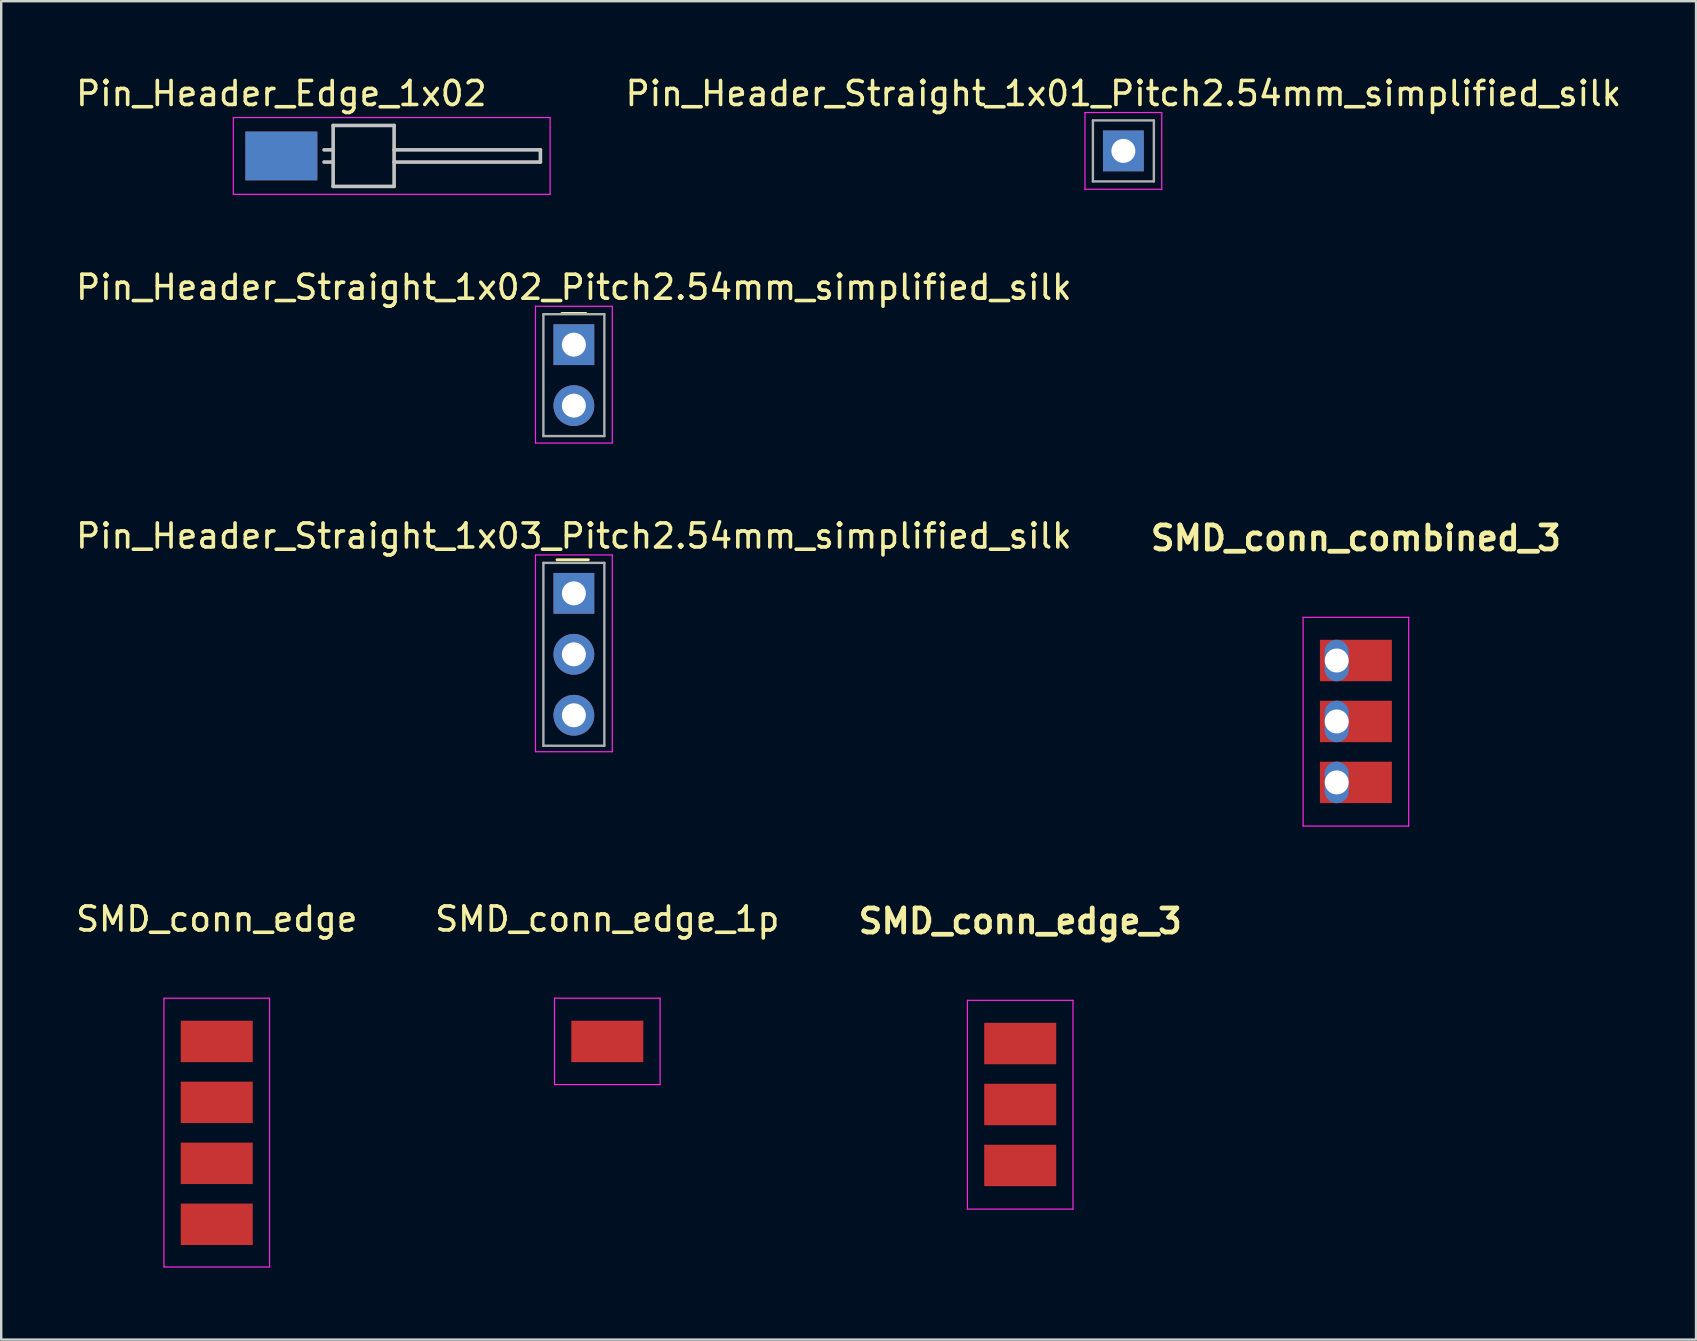
<source format=kicad_pcb>
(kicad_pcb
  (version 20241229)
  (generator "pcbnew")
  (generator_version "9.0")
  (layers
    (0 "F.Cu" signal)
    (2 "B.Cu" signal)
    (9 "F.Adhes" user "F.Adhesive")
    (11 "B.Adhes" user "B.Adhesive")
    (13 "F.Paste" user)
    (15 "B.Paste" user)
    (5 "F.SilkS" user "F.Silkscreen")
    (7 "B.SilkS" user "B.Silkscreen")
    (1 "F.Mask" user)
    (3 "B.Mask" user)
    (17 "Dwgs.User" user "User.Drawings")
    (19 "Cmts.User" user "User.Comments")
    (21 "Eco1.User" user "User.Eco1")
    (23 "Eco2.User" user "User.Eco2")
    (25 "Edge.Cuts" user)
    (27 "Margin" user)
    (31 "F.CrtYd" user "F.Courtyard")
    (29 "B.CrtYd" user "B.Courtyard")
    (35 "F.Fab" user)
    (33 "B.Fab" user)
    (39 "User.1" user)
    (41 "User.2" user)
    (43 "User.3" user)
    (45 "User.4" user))
  (footprint "SMD_conn_edge_1p"
    (layer "F.Cu")
    (at 22.256 40.346)
    (property "Reference" "SMD_conn_edge_1p" (at 0 -5.1 0) (layer "F.SilkS") (effects (font (size 1 1) (thickness 0.15))))
    (attr through_hole)
    (fp_line (start -2.2 -1.8) (end -2.2 1.8) (stroke (width 0.05) (type solid)) (layer "F.CrtYd"))
    (fp_line (start -2.2 -1.8) (end 2.2 -1.8) (stroke (width 0.05) (type solid)) (layer "F.CrtYd"))
    (fp_line (start -2.2 1.8) (end 2.2 1.8) (stroke (width 0.05) (type solid)) (layer "F.CrtYd"))
    (fp_line (start 2.2 -1.8) (end 2.2 1.8) (stroke (width 0.05) (type solid)) (layer "F.CrtYd"))
    (pad "1" smd rect (at 0 0) (size 3 1.727) (layers "F.Cu" "F.Mask" "F.Paste")))
  (footprint "Pin_Header_Straight_1x02_Pitch2.54mm_simplified_silk"
    (layer "F.Cu")
    (at 20.863 11.312)
    (property "Reference" "Pin_Header_Straight_1x02_Pitch2.54mm_simplified_silk" (at 0 -2.39 0) (layer "F.SilkS") (effects (font (size 1 1) (thickness 0.15))))
    (attr through_hole)
    (fp_line (start -0.5 -1.3) (end 0.5 -1.3) (stroke (width 0.12) (type solid)) (layer "F.SilkS"))
    (fp_line (start -1.6 -1.6) (end -1.6 4.1) (stroke (width 0.05) (type solid)) (layer "F.CrtYd"))
    (fp_line (start -1.6 4.1) (end 1.6 4.1) (stroke (width 0.05) (type solid)) (layer "F.CrtYd"))
    (fp_line (start 1.6 -1.6) (end -1.6 -1.6) (stroke (width 0.05) (type solid)) (layer "F.CrtYd"))
    (fp_line (start 1.6 4.1) (end 1.6 -1.6) (stroke (width 0.05) (type solid)) (layer "F.CrtYd"))
    (fp_line (start -1.27 -1.27) (end -1.27 3.81) (stroke (width 0.1) (type solid)) (layer "F.Fab"))
    (fp_line (start -1.27 3.81) (end 1.27 3.81) (stroke (width 0.1) (type solid)) (layer "F.Fab"))
    (fp_line (start 1.27 -1.27) (end -1.27 -1.27) (stroke (width 0.1) (type solid)) (layer "F.Fab"))
    (fp_line (start 1.27 3.81) (end 1.27 -1.27) (stroke (width 0.1) (type solid)) (layer "F.Fab"))
    (pad "1" thru_hole rect (at 0 0) (size 1.7 1.7) (drill 1) (layers "*.Cu" "*.Mask"))
    (pad "2" thru_hole oval (at 0 2.54) (size 1.7 1.7) (drill 1) (layers "*.Cu" "*.Mask")))
  (footprint "SMD_conn_combined_3"
    (layer "F.Cu")
    (at 53.45 24.473)
    (property "Reference" "SMD_conn_combined_3" (at 0 -5.1 0) (layer "F.SilkS") (effects (font (size 1 1) (thickness 0.2))))
    (attr through_hole)
    (fp_line (start -2.2 -1.8) (end -2.2 6.9) (stroke (width 0.05) (type solid)) (layer "F.CrtYd"))
    (fp_line (start -2.2 -1.8) (end 2.2 -1.8) (stroke (width 0.05) (type solid)) (layer "F.CrtYd"))
    (fp_line (start -2.2 6.9) (end 2.2 6.9) (stroke (width 0.05) (type solid)) (layer "F.CrtYd"))
    (fp_line (start 2.2 -1.8) (end 2.2 6.9) (stroke (width 0.05) (type solid)) (layer "F.CrtYd"))
    (pad "1" thru_hole oval (at -0.8 0) (size 1 1.727) (drill 1) (layers "*.Cu" "*.Mask"))
    (pad "1" smd rect (at 0 0) (size 3 1.727) (layers "F.Cu" "F.Mask" "F.Paste"))
    (pad "2" thru_hole oval (at -0.8 2.54) (size 1 1.727) (drill 1) (layers "*.Cu" "*.Mask"))
    (pad "2" smd rect (at 0 2.54) (size 3 1.727) (layers "F.Cu" "F.Mask" "F.Paste"))
    (pad "3" thru_hole oval (at -0.8 5.08) (size 1 1.727) (drill 1) (layers "*.Cu" "*.Mask"))
    (pad "3" smd rect (at 0 5.08) (size 3 1.727) (layers "F.Cu" "F.Mask" "F.Paste")))
  (footprint "SMD_conn_edge_3"
    (layer "F.Cu")
    (at 39.462 40.434)
    (property "Reference" "SMD_conn_edge_3" (at 0 -5.1 0) (layer "F.SilkS") (effects (font (size 1 1) (thickness 0.2))))
    (attr through_hole)
    (fp_line (start -2.2 -1.8) (end -2.2 6.9) (stroke (width 0.05) (type solid)) (layer "F.CrtYd"))
    (fp_line (start -2.2 -1.8) (end 2.2 -1.8) (stroke (width 0.05) (type solid)) (layer "F.CrtYd"))
    (fp_line (start -2.2 6.9) (end 2.2 6.9) (stroke (width 0.05) (type solid)) (layer "F.CrtYd"))
    (fp_line (start 2.2 -1.8) (end 2.2 6.9) (stroke (width 0.05) (type solid)) (layer "F.CrtYd"))
    (pad "1" smd rect (at 0 0) (size 3 1.727) (layers "F.Cu" "F.Mask" "F.Paste"))
    (pad "2" smd rect (at 0 2.54) (size 3 1.727) (layers "F.Cu" "F.Mask" "F.Paste"))
    (pad "3" smd rect (at 0 5.08) (size 3 1.727) (layers "F.Cu" "F.Mask" "F.Paste")))
  (footprint "Pin_Header_Straight_1x01_Pitch2.54mm_simplified_silk"
    (layer "F.Cu")
    (at 43.761 3.238)
    (property "Reference" "Pin_Header_Straight_1x01_Pitch2.54mm_simplified_silk" (at 0 -2.39 0) (layer "F.SilkS") (effects (font (size 1 1) (thickness 0.15))))
    (attr through_hole)
    (fp_line (start -1.6 -1.6) (end -1.6 1.6) (stroke (width 0.05) (type solid)) (layer "F.CrtYd"))
    (fp_line (start -1.6 1.6) (end 1.6 1.6) (stroke (width 0.05) (type solid)) (layer "F.CrtYd"))
    (fp_line (start 1.6 -1.6) (end -1.6 -1.6) (stroke (width 0.05) (type solid)) (layer "F.CrtYd"))
    (fp_line (start 1.6 1.6) (end 1.6 -1.6) (stroke (width 0.05) (type solid)) (layer "F.CrtYd"))
    (fp_line (start -1.27 -1.27) (end -1.27 1.27) (stroke (width 0.1) (type solid)) (layer "F.Fab"))
    (fp_line (start -1.27 1.27) (end 1.27 1.27) (stroke (width 0.1) (type solid)) (layer "F.Fab"))
    (fp_line (start 1.27 -1.27) (end -1.27 -1.27) (stroke (width 0.1) (type solid)) (layer "F.Fab"))
    (fp_line (start 1.27 1.27) (end 1.27 -1.27) (stroke (width 0.1) (type solid)) (layer "F.Fab"))
    (pad "1" thru_hole rect (at 0 0) (size 1.7 1.7) (drill 1) (layers "*.Cu" "*.Mask")))
  (footprint "Pin_Header_Straight_1x03_Pitch2.54mm_simplified_silk"
    (layer "F.Cu")
    (at 20.863 21.675)
    (property "Reference" "Pin_Header_Straight_1x03_Pitch2.54mm_simplified_silk" (at 0 -2.39 0) (layer "F.SilkS") (effects (font (size 1 1) (thickness 0.15))))
    (attr through_hole)
    (fp_line (start -0.7 -1.4) (end 0.6 -1.4) (stroke (width 0.12) (type solid)) (layer "F.SilkS"))
    (fp_line (start -1.6 -1.6) (end -1.6 6.6) (stroke (width 0.05) (type solid)) (layer "F.CrtYd"))
    (fp_line (start -1.6 6.6) (end 1.6 6.6) (stroke (width 0.05) (type solid)) (layer "F.CrtYd"))
    (fp_line (start 1.6 -1.6) (end -1.6 -1.6) (stroke (width 0.05) (type solid)) (layer "F.CrtYd"))
    (fp_line (start 1.6 6.6) (end 1.6 -1.6) (stroke (width 0.05) (type solid)) (layer "F.CrtYd"))
    (fp_line (start -1.27 -1.27) (end -1.27 6.35) (stroke (width 0.1) (type solid)) (layer "F.Fab"))
    (fp_line (start -1.27 6.35) (end 1.27 6.35) (stroke (width 0.1) (type solid)) (layer "F.Fab"))
    (fp_line (start 1.27 -1.27) (end -1.27 -1.27) (stroke (width 0.1) (type solid)) (layer "F.Fab"))
    (fp_line (start 1.27 6.35) (end 1.27 -1.27) (stroke (width 0.1) (type solid)) (layer "F.Fab"))
    (pad "1" thru_hole rect (at 0 0) (size 1.7 1.7) (drill 1) (layers "*.Cu" "*.Mask"))
    (pad "2" thru_hole oval (at 0 2.54) (size 1.7 1.7) (drill 1) (layers "*.Cu" "*.Mask"))
    (pad "3" thru_hole oval (at 0 5.08) (size 1.7 1.7) (drill 1) (layers "*.Cu" "*.Mask")))
  (footprint "SMD_conn_edge"
    (layer "F.Cu")
    (at 5.982 40.346)
    (property "Reference" "SMD_conn_edge" (at 0 -5.1 0) (layer "F.SilkS") (effects (font (size 1 1) (thickness 0.15))))
    (attr through_hole)
    (fp_line (start -2.2 -1.8) (end -2.2 9.4) (stroke (width 0.05) (type solid)) (layer "F.CrtYd"))
    (fp_line (start -2.2 -1.8) (end 2.2 -1.8) (stroke (width 0.05) (type solid)) (layer "F.CrtYd"))
    (fp_line (start -2.2 9.4) (end 2.2 9.4) (stroke (width 0.05) (type solid)) (layer "F.CrtYd"))
    (fp_line (start 2.2 -1.8) (end 2.2 9.4) (stroke (width 0.05) (type solid)) (layer "F.CrtYd"))
    (pad "1" smd rect (at 0 0) (size 3 1.727) (layers "F.Cu" "F.Mask" "F.Paste"))
    (pad "2" smd rect (at 0 2.54) (size 3 1.727) (layers "F.Cu" "F.Mask" "F.Paste"))
    (pad "3" smd rect (at 0 5.08) (size 3 1.727) (layers "F.Cu" "F.Mask" "F.Paste"))
    (pad "4" smd rect (at 0 7.62) (size 3 1.727) (layers "F.Cu" "F.Mask" "F.Paste")))
  (footprint "Pin_Header_Edge_1x02"
    (layer "F.Cu")
    (at 8.673 3.448)
    (property "Reference" "Pin_Header_Edge_1x02" (at 0 -2.6 0) (layer "F.SilkS") (effects (font (size 1 1) (thickness 0.15))))
    (attr through_hole)
    (fp_line (start 2.159 -1.27) (end 2.159 1.27) (stroke (width 0.15) (type solid)) (layer "Dwgs.User"))
    (fp_line (start 2.159 -1.27) (end 4.699 -1.27) (stroke (width 0.15) (type solid)) (layer "Dwgs.User"))
    (fp_line (start 2.159 -0.254) (end 1.778 -0.254) (stroke (width 0.15) (type solid)) (layer "Dwgs.User"))
    (fp_line (start 2.159 0.254) (end 1.778 0.254) (stroke (width 0.15) (type solid)) (layer "Dwgs.User"))
    (fp_line (start 4.699 -0.254) (end 10.795 -0.254) (stroke (width 0.15) (type solid)) (layer "Dwgs.User"))
    (fp_line (start 4.699 1.27) (end 2.159 1.27) (stroke (width 0.15) (type solid)) (layer "Dwgs.User"))
    (fp_line (start 4.699 1.27) (end 4.699 -1.27) (stroke (width 0.15) (type solid)) (layer "Dwgs.User"))
    (fp_line (start 10.795 -0.254) (end 10.795 0.254) (stroke (width 0.15) (type solid)) (layer "Dwgs.User"))
    (fp_line (start 10.795 0.254) (end 4.699 0.254) (stroke (width 0.15) (type solid)) (layer "Dwgs.User"))
    (fp_line (start -2 -1.6) (end -2 1.6) (stroke (width 0.05) (type solid)) (layer "F.CrtYd"))
    (fp_line (start -2 -1.6) (end 11.2 -1.6) (stroke (width 0.05) (type solid)) (layer "F.CrtYd"))
    (fp_line (start -2 1.6) (end 11.2 1.6) (stroke (width 0.05) (type solid)) (layer "F.CrtYd"))
    (fp_line (start 11.2 -1.6) (end 11.2 1.6) (stroke (width 0.05) (type solid)) (layer "F.CrtYd"))
    (pad "1" smd rect (at 0 0) (size 3 2.032) (layers "F.Cu" "F.Mask" "F.Paste"))
    (pad "2" smd rect (at 0 0) (size 3 2.032) (layers "B.Cu" "B.Mask" "B.Paste")))
  (gr_rect
    (start -3 -3)
    (end 67.624 52.771)
    (stroke (width 0.1) (type default))
    (fill no)
    (layer "Edge.Cuts")))
</source>
